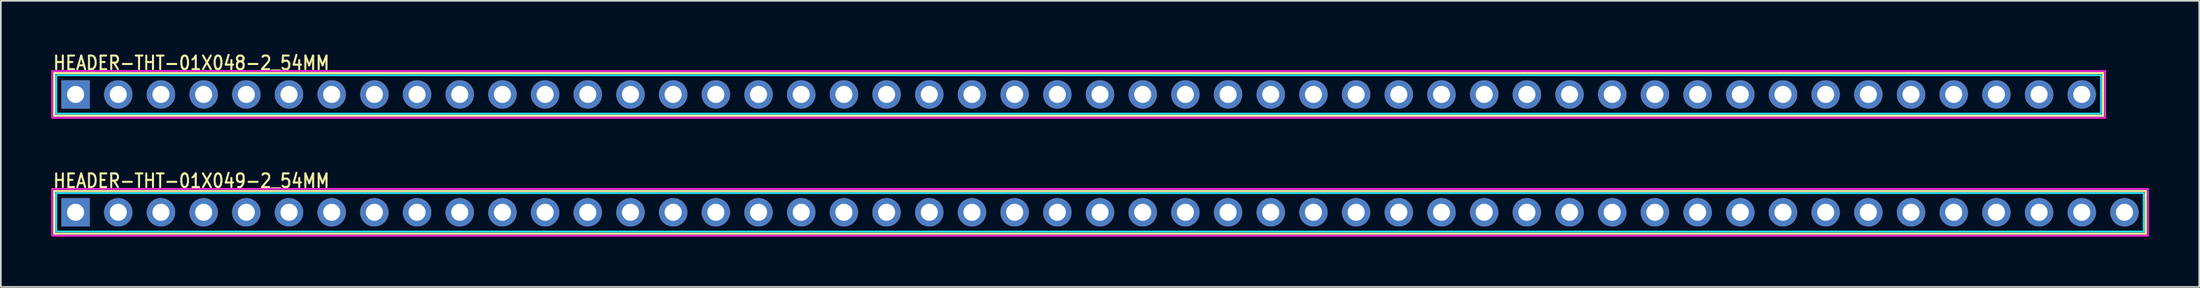
<source format=kicad_pcb>
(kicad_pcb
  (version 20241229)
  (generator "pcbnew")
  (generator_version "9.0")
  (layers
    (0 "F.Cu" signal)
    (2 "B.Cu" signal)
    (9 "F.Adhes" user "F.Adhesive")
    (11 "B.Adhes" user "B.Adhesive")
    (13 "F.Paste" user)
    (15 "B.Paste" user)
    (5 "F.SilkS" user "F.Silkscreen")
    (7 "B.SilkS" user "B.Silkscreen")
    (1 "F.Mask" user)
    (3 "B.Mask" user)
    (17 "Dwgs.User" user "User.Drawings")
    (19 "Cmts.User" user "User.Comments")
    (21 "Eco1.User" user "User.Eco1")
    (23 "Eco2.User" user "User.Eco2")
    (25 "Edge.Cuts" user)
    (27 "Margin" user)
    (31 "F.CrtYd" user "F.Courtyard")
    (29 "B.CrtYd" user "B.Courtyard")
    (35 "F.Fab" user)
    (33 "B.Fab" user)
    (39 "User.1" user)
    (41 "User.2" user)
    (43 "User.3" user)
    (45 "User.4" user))
  (footprint "HEADER-THT-01X048-2_54MM"
    (layer "F.Cu")
    (at 1.447 2.579)
    (property "Reference" "HEADER-THT-01X048-2_54MM" (at -1.4 -1.4 0) (unlocked yes) (layer "F.SilkS") (effects (font (size 0.813 0.695) (thickness 0.122)) (justify left bottom)))
    (fp_line (start -1.27 -1.27) (end -1.27 1.27) (stroke (width 0.127) (type solid)) (layer "F.SilkS"))
    (fp_line (start -1.27 1.27) (end 120.65 1.27) (stroke (width 0.127) (type solid)) (layer "F.SilkS"))
    (fp_line (start 120.65 -1.27) (end -1.27 -1.27) (stroke (width 0.127) (type solid)) (layer "F.SilkS"))
    (fp_line (start 120.65 1.27) (end 120.65 -1.27) (stroke (width 0.127) (type solid)) (layer "F.SilkS"))
    (fp_poly (pts (xy -1.143 -1.143) (xy 120.523 -1.143) (xy 120.523 1.143) (xy -1.143 1.143)) (stroke (width 0.1) (type solid)) (fill no) (layer "B.CrtYd"))
    (fp_poly (pts (xy -1.397 -1.397) (xy 120.777 -1.397) (xy 120.777 1.397) (xy -1.397 1.397)) (stroke (width 0.1) (type solid)) (fill no) (layer "F.CrtYd"))
    (pad "1" thru_hole rect (at 0 0) (size 1.693 1.693) (drill 1.016) (layers "*.Cu" "*.Mask"))
    (pad "2" thru_hole oval (at 2.54 0) (size 1.693 1.693) (drill 1.016) (layers "*.Cu" "*.Mask"))
    (pad "3" thru_hole oval (at 5.08 0) (size 1.693 1.693) (drill 1.016) (layers "*.Cu" "*.Mask"))
    (pad "4" thru_hole oval (at 7.62 0) (size 1.693 1.693) (drill 1.016) (layers "*.Cu" "*.Mask"))
    (pad "5" thru_hole oval (at 10.16 0) (size 1.693 1.693) (drill 1.016) (layers "*.Cu" "*.Mask"))
    (pad "6" thru_hole oval (at 12.7 0) (size 1.693 1.693) (drill 1.016) (layers "*.Cu" "*.Mask"))
    (pad "7" thru_hole oval (at 15.24 0) (size 1.693 1.693) (drill 1.016) (layers "*.Cu" "*.Mask"))
    (pad "8" thru_hole oval (at 17.78 0) (size 1.693 1.693) (drill 1.016) (layers "*.Cu" "*.Mask"))
    (pad "9" thru_hole oval (at 20.32 0) (size 1.693 1.693) (drill 1.016) (layers "*.Cu" "*.Mask"))
    (pad "10" thru_hole oval (at 22.86 0) (size 1.693 1.693) (drill 1.016) (layers "*.Cu" "*.Mask"))
    (pad "11" thru_hole oval (at 25.4 0) (size 1.693 1.693) (drill 1.016) (layers "*.Cu" "*.Mask"))
    (pad "12" thru_hole oval (at 27.94 0) (size 1.693 1.693) (drill 1.016) (layers "*.Cu" "*.Mask"))
    (pad "13" thru_hole oval (at 30.48 0) (size 1.693 1.693) (drill 1.016) (layers "*.Cu" "*.Mask"))
    (pad "14" thru_hole oval (at 33.02 0) (size 1.693 1.693) (drill 1.016) (layers "*.Cu" "*.Mask"))
    (pad "15" thru_hole oval (at 35.56 0) (size 1.693 1.693) (drill 1.016) (layers "*.Cu" "*.Mask"))
    (pad "16" thru_hole oval (at 38.1 0) (size 1.693 1.693) (drill 1.016) (layers "*.Cu" "*.Mask"))
    (pad "17" thru_hole oval (at 40.64 0) (size 1.693 1.693) (drill 1.016) (layers "*.Cu" "*.Mask"))
    (pad "18" thru_hole oval (at 43.18 0) (size 1.693 1.693) (drill 1.016) (layers "*.Cu" "*.Mask"))
    (pad "19" thru_hole oval (at 45.72 0) (size 1.693 1.693) (drill 1.016) (layers "*.Cu" "*.Mask"))
    (pad "20" thru_hole oval (at 48.26 0) (size 1.693 1.693) (drill 1.016) (layers "*.Cu" "*.Mask"))
    (pad "21" thru_hole oval (at 50.8 0) (size 1.693 1.693) (drill 1.016) (layers "*.Cu" "*.Mask"))
    (pad "22" thru_hole oval (at 53.34 0) (size 1.693 1.693) (drill 1.016) (layers "*.Cu" "*.Mask"))
    (pad "23" thru_hole oval (at 55.88 0) (size 1.693 1.693) (drill 1.016) (layers "*.Cu" "*.Mask"))
    (pad "24" thru_hole oval (at 58.42 0) (size 1.693 1.693) (drill 1.016) (layers "*.Cu" "*.Mask"))
    (pad "25" thru_hole oval (at 60.96 0) (size 1.693 1.693) (drill 1.016) (layers "*.Cu" "*.Mask"))
    (pad "26" thru_hole oval (at 63.5 0) (size 1.693 1.693) (drill 1.016) (layers "*.Cu" "*.Mask"))
    (pad "27" thru_hole oval (at 66.04 0) (size 1.693 1.693) (drill 1.016) (layers "*.Cu" "*.Mask"))
    (pad "28" thru_hole oval (at 68.58 0) (size 1.693 1.693) (drill 1.016) (layers "*.Cu" "*.Mask"))
    (pad "29" thru_hole oval (at 71.12 0) (size 1.693 1.693) (drill 1.016) (layers "*.Cu" "*.Mask"))
    (pad "30" thru_hole oval (at 73.66 0) (size 1.693 1.693) (drill 1.016) (layers "*.Cu" "*.Mask"))
    (pad "31" thru_hole oval (at 76.2 0) (size 1.693 1.693) (drill 1.016) (layers "*.Cu" "*.Mask"))
    (pad "32" thru_hole oval (at 78.74 0) (size 1.693 1.693) (drill 1.016) (layers "*.Cu" "*.Mask"))
    (pad "33" thru_hole oval (at 81.28 0) (size 1.693 1.693) (drill 1.016) (layers "*.Cu" "*.Mask"))
    (pad "34" thru_hole oval (at 83.82 0) (size 1.693 1.693) (drill 1.016) (layers "*.Cu" "*.Mask"))
    (pad "35" thru_hole oval (at 86.36 0) (size 1.693 1.693) (drill 1.016) (layers "*.Cu" "*.Mask"))
    (pad "36" thru_hole oval (at 88.9 0) (size 1.693 1.693) (drill 1.016) (layers "*.Cu" "*.Mask"))
    (pad "37" thru_hole oval (at 91.44 0) (size 1.693 1.693) (drill 1.016) (layers "*.Cu" "*.Mask"))
    (pad "38" thru_hole oval (at 93.98 0) (size 1.693 1.693) (drill 1.016) (layers "*.Cu" "*.Mask"))
    (pad "39" thru_hole oval (at 96.52 0) (size 1.693 1.693) (drill 1.016) (layers "*.Cu" "*.Mask"))
    (pad "40" thru_hole oval (at 99.06 0) (size 1.693 1.693) (drill 1.016) (layers "*.Cu" "*.Mask"))
    (pad "41" thru_hole oval (at 101.6 0) (size 1.693 1.693) (drill 1.016) (layers "*.Cu" "*.Mask"))
    (pad "42" thru_hole oval (at 104.14 0) (size 1.693 1.693) (drill 1.016) (layers "*.Cu" "*.Mask"))
    (pad "43" thru_hole oval (at 106.68 0) (size 1.693 1.693) (drill 1.016) (layers "*.Cu" "*.Mask"))
    (pad "44" thru_hole oval (at 109.22 0) (size 1.693 1.693) (drill 1.016) (layers "*.Cu" "*.Mask"))
    (pad "45" thru_hole oval (at 111.76 0) (size 1.693 1.693) (drill 1.016) (layers "*.Cu" "*.Mask"))
    (pad "46" thru_hole oval (at 114.3 0) (size 1.693 1.693) (drill 1.016) (layers "*.Cu" "*.Mask"))
    (pad "47" thru_hole oval (at 116.84 0) (size 1.693 1.693) (drill 1.016) (layers "*.Cu" "*.Mask"))
    (pad "48" thru_hole oval (at 119.38 0) (size 1.693 1.693) (drill 1.016) (layers "*.Cu" "*.Mask")))
  (footprint "HEADER-THT-01X049-2_54MM"
    (layer "F.Cu")
    (at 1.447 9.604)
    (property "Reference" "HEADER-THT-01X049-2_54MM" (at -1.4 -1.4 0) (unlocked yes) (layer "F.SilkS") (effects (font (size 0.813 0.695) (thickness 0.122)) (justify left bottom)))
    (fp_line (start -1.27 -1.27) (end -1.27 1.27) (stroke (width 0.127) (type solid)) (layer "F.SilkS"))
    (fp_line (start -1.27 1.27) (end 123.19 1.27) (stroke (width 0.127) (type solid)) (layer "F.SilkS"))
    (fp_line (start 123.19 -1.27) (end -1.27 -1.27) (stroke (width 0.127) (type solid)) (layer "F.SilkS"))
    (fp_line (start 123.19 1.27) (end 123.19 -1.27) (stroke (width 0.127) (type solid)) (layer "F.SilkS"))
    (fp_poly (pts (xy -1.143 -1.143) (xy 123.063 -1.143) (xy 123.063 1.143) (xy -1.143 1.143)) (stroke (width 0.1) (type solid)) (fill no) (layer "B.CrtYd"))
    (fp_poly (pts (xy -1.397 -1.397) (xy 123.317 -1.397) (xy 123.317 1.397) (xy -1.397 1.397)) (stroke (width 0.1) (type solid)) (fill no) (layer "F.CrtYd"))
    (pad "1" thru_hole rect (at 0 0) (size 1.693 1.693) (drill 1.016) (layers "*.Cu" "*.Mask"))
    (pad "2" thru_hole oval (at 2.54 0) (size 1.693 1.693) (drill 1.016) (layers "*.Cu" "*.Mask"))
    (pad "3" thru_hole oval (at 5.08 0) (size 1.693 1.693) (drill 1.016) (layers "*.Cu" "*.Mask"))
    (pad "4" thru_hole oval (at 7.62 0) (size 1.693 1.693) (drill 1.016) (layers "*.Cu" "*.Mask"))
    (pad "5" thru_hole oval (at 10.16 0) (size 1.693 1.693) (drill 1.016) (layers "*.Cu" "*.Mask"))
    (pad "6" thru_hole oval (at 12.7 0) (size 1.693 1.693) (drill 1.016) (layers "*.Cu" "*.Mask"))
    (pad "7" thru_hole oval (at 15.24 0) (size 1.693 1.693) (drill 1.016) (layers "*.Cu" "*.Mask"))
    (pad "8" thru_hole oval (at 17.78 0) (size 1.693 1.693) (drill 1.016) (layers "*.Cu" "*.Mask"))
    (pad "9" thru_hole oval (at 20.32 0) (size 1.693 1.693) (drill 1.016) (layers "*.Cu" "*.Mask"))
    (pad "10" thru_hole oval (at 22.86 0) (size 1.693 1.693) (drill 1.016) (layers "*.Cu" "*.Mask"))
    (pad "11" thru_hole oval (at 25.4 0) (size 1.693 1.693) (drill 1.016) (layers "*.Cu" "*.Mask"))
    (pad "12" thru_hole oval (at 27.94 0) (size 1.693 1.693) (drill 1.016) (layers "*.Cu" "*.Mask"))
    (pad "13" thru_hole oval (at 30.48 0) (size 1.693 1.693) (drill 1.016) (layers "*.Cu" "*.Mask"))
    (pad "14" thru_hole oval (at 33.02 0) (size 1.693 1.693) (drill 1.016) (layers "*.Cu" "*.Mask"))
    (pad "15" thru_hole oval (at 35.56 0) (size 1.693 1.693) (drill 1.016) (layers "*.Cu" "*.Mask"))
    (pad "16" thru_hole oval (at 38.1 0) (size 1.693 1.693) (drill 1.016) (layers "*.Cu" "*.Mask"))
    (pad "17" thru_hole oval (at 40.64 0) (size 1.693 1.693) (drill 1.016) (layers "*.Cu" "*.Mask"))
    (pad "18" thru_hole oval (at 43.18 0) (size 1.693 1.693) (drill 1.016) (layers "*.Cu" "*.Mask"))
    (pad "19" thru_hole oval (at 45.72 0) (size 1.693 1.693) (drill 1.016) (layers "*.Cu" "*.Mask"))
    (pad "20" thru_hole oval (at 48.26 0) (size 1.693 1.693) (drill 1.016) (layers "*.Cu" "*.Mask"))
    (pad "21" thru_hole oval (at 50.8 0) (size 1.693 1.693) (drill 1.016) (layers "*.Cu" "*.Mask"))
    (pad "22" thru_hole oval (at 53.34 0) (size 1.693 1.693) (drill 1.016) (layers "*.Cu" "*.Mask"))
    (pad "23" thru_hole oval (at 55.88 0) (size 1.693 1.693) (drill 1.016) (layers "*.Cu" "*.Mask"))
    (pad "24" thru_hole oval (at 58.42 0) (size 1.693 1.693) (drill 1.016) (layers "*.Cu" "*.Mask"))
    (pad "25" thru_hole oval (at 60.96 0) (size 1.693 1.693) (drill 1.016) (layers "*.Cu" "*.Mask"))
    (pad "26" thru_hole oval (at 63.5 0) (size 1.693 1.693) (drill 1.016) (layers "*.Cu" "*.Mask"))
    (pad "27" thru_hole oval (at 66.04 0) (size 1.693 1.693) (drill 1.016) (layers "*.Cu" "*.Mask"))
    (pad "28" thru_hole oval (at 68.58 0) (size 1.693 1.693) (drill 1.016) (layers "*.Cu" "*.Mask"))
    (pad "29" thru_hole oval (at 71.12 0) (size 1.693 1.693) (drill 1.016) (layers "*.Cu" "*.Mask"))
    (pad "30" thru_hole oval (at 73.66 0) (size 1.693 1.693) (drill 1.016) (layers "*.Cu" "*.Mask"))
    (pad "31" thru_hole oval (at 76.2 0) (size 1.693 1.693) (drill 1.016) (layers "*.Cu" "*.Mask"))
    (pad "32" thru_hole oval (at 78.74 0) (size 1.693 1.693) (drill 1.016) (layers "*.Cu" "*.Mask"))
    (pad "33" thru_hole oval (at 81.28 0) (size 1.693 1.693) (drill 1.016) (layers "*.Cu" "*.Mask"))
    (pad "34" thru_hole oval (at 83.82 0) (size 1.693 1.693) (drill 1.016) (layers "*.Cu" "*.Mask"))
    (pad "35" thru_hole oval (at 86.36 0) (size 1.693 1.693) (drill 1.016) (layers "*.Cu" "*.Mask"))
    (pad "36" thru_hole oval (at 88.9 0) (size 1.693 1.693) (drill 1.016) (layers "*.Cu" "*.Mask"))
    (pad "37" thru_hole oval (at 91.44 0) (size 1.693 1.693) (drill 1.016) (layers "*.Cu" "*.Mask"))
    (pad "38" thru_hole oval (at 93.98 0) (size 1.693 1.693) (drill 1.016) (layers "*.Cu" "*.Mask"))
    (pad "39" thru_hole oval (at 96.52 0) (size 1.693 1.693) (drill 1.016) (layers "*.Cu" "*.Mask"))
    (pad "40" thru_hole oval (at 99.06 0) (size 1.693 1.693) (drill 1.016) (layers "*.Cu" "*.Mask"))
    (pad "41" thru_hole oval (at 101.6 0) (size 1.693 1.693) (drill 1.016) (layers "*.Cu" "*.Mask"))
    (pad "42" thru_hole oval (at 104.14 0) (size 1.693 1.693) (drill 1.016) (layers "*.Cu" "*.Mask"))
    (pad "43" thru_hole oval (at 106.68 0) (size 1.693 1.693) (drill 1.016) (layers "*.Cu" "*.Mask"))
    (pad "44" thru_hole oval (at 109.22 0) (size 1.693 1.693) (drill 1.016) (layers "*.Cu" "*.Mask"))
    (pad "45" thru_hole oval (at 111.76 0) (size 1.693 1.693) (drill 1.016) (layers "*.Cu" "*.Mask"))
    (pad "46" thru_hole oval (at 114.3 0) (size 1.693 1.693) (drill 1.016) (layers "*.Cu" "*.Mask"))
    (pad "47" thru_hole oval (at 116.84 0) (size 1.693 1.693) (drill 1.016) (layers "*.Cu" "*.Mask"))
    (pad "48" thru_hole oval (at 119.38 0) (size 1.693 1.693) (drill 1.016) (layers "*.Cu" "*.Mask"))
    (pad "49" thru_hole oval (at 121.92 0) (size 1.693 1.693) (drill 1.016) (layers "*.Cu" "*.Mask")))
  (gr_rect
    (start -3 -3)
    (end 127.814 14.051)
    (stroke (width 0.1) (type default))
    (fill no)
    (layer "Edge.Cuts")))
</source>
